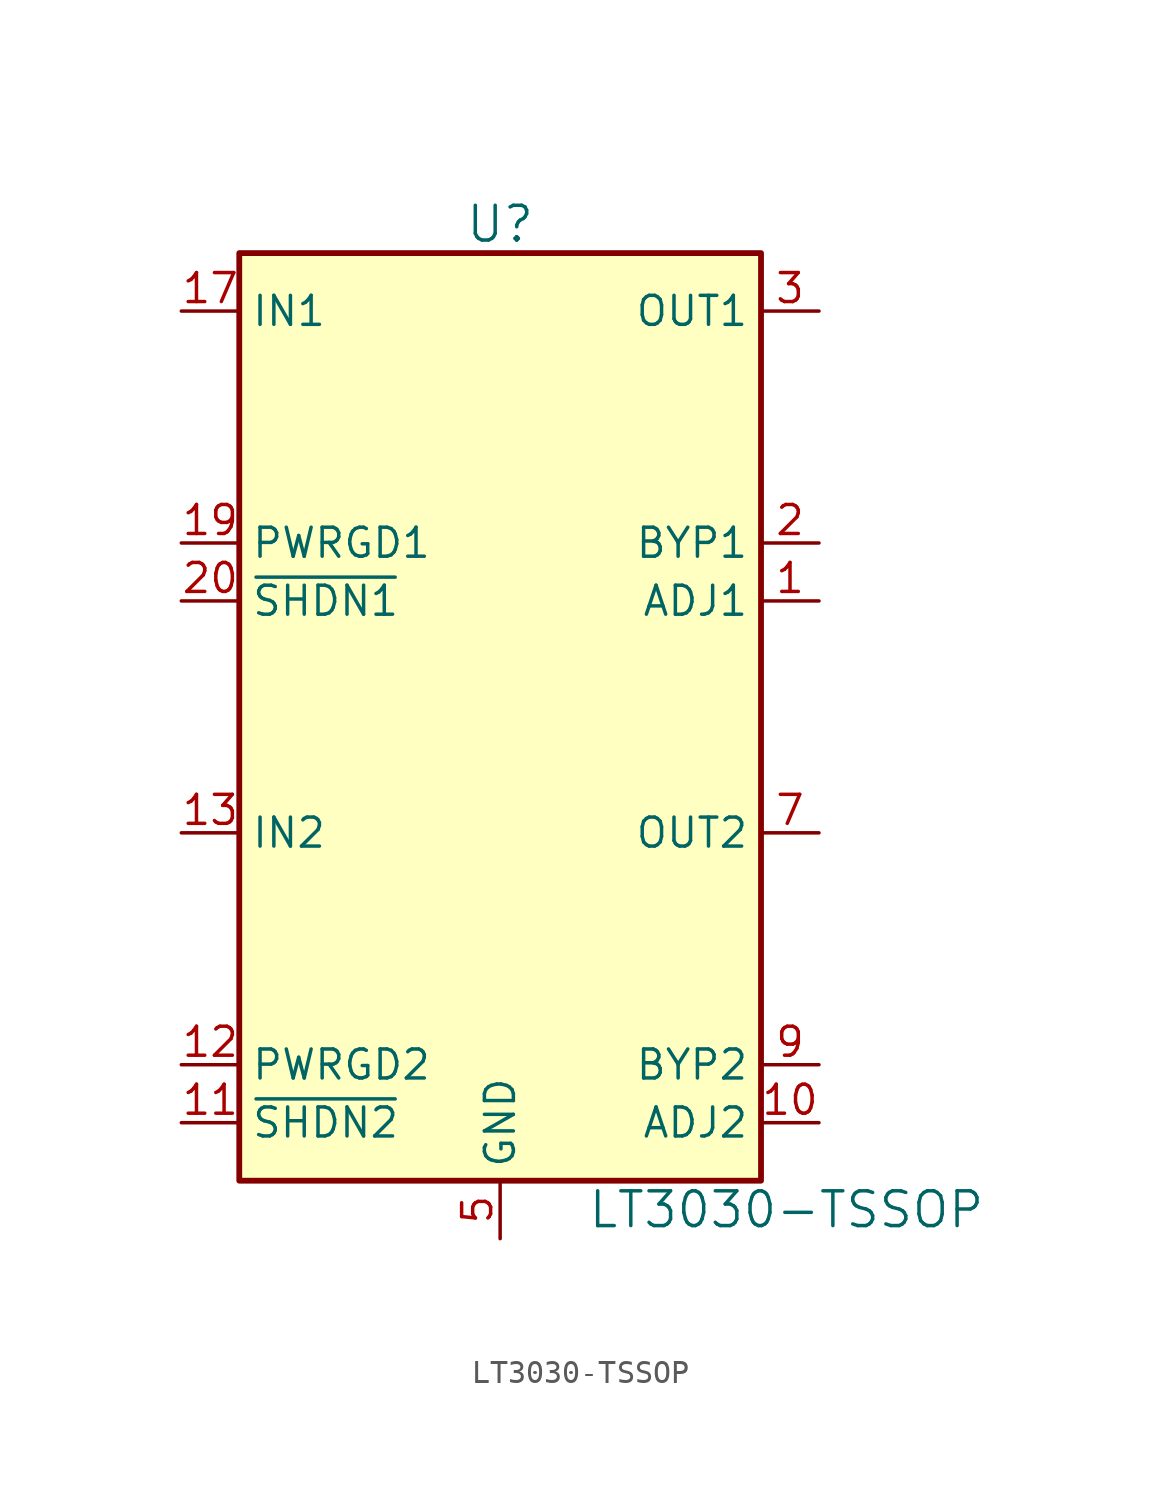
<source format=kicad_sym>
(kicad_symbol_lib
  (version 20231120)
  (generator "kicad_symbol_editor")
  (generator_version "8.0")
  (symbol "LT3030-TSSOP"
    (property "Reference" "U"
      (at 0 21.59 0)
      (effects (font (size 1.524 1.524))))
    (property "Value" "LT3030-TSSOP"
      (at 3.81 -21.59 0)
      (effects (font (size 1.524 1.524)) (justify left)))
    (symbol "LT3030-TSSOP_1_1"
      (rectangle (start -11.43 20.32) (end 11.43 -20.32) (stroke (width 0.254) (type solid)) (fill (type background)))
      (pin input line (at 13.97 5.08 180) (length 2.54) (name "ADJ1" (effects (font (size 1.27 1.27)))) (number "1" (effects (font (size 1.27 1.27)))))
      (pin input line (at 13.97 -17.78 180) (length 2.54) (name "ADJ2" (effects (font (size 1.27 1.27)))) (number "10" (effects (font (size 1.27 1.27)))))
      (pin input line (at -13.97 -17.78 0) (length 2.54) (name "~{SHDN2}" (effects (font (size 1.27 1.27)))) (number "11" (effects (font (size 1.27 1.27)))))
      (pin open_collector line (at -13.97 -15.24 0) (length 2.54) (name "PWRGD2" (effects (font (size 1.27 1.27)))) (number "12" (effects (font (size 1.27 1.27)))))
      (pin power_in line (at -13.97 -5.08 0) (length 2.54) (name "IN2" (effects (font (size 1.27 1.27)))) (number "13" (effects (font (size 1.27 1.27)))))
      (pin passive line (at -13.97 -5.08 0) (length 2.54) hide (name "IN2" (effects (font (size 1.27 1.27)))) (number "14" (effects (font (size 1.27 1.27)))))
      (pin passive line (at 0 -22.86 90) (length 2.54) hide (name "GND" (effects (font (size 1.27 1.27)))) (number "15" (effects (font (size 1.27 1.27)))))
      (pin passive line (at 0 -22.86 90) (length 2.54) hide (name "GND" (effects (font (size 1.27 1.27)))) (number "16" (effects (font (size 1.27 1.27)))))
      (pin power_in line (at -13.97 17.78 0) (length 2.54) (name "IN1" (effects (font (size 1.27 1.27)))) (number "17" (effects (font (size 1.27 1.27)))))
      (pin passive line (at -13.97 17.78 0) (length 2.54) hide (name "IN1" (effects (font (size 1.27 1.27)))) (number "18" (effects (font (size 1.27 1.27)))))
      (pin open_collector line (at -13.97 7.62 0) (length 2.54) (name "PWRGD1" (effects (font (size 1.27 1.27)))) (number "19" (effects (font (size 1.27 1.27)))))
      (pin passive line (at 13.97 7.62 180) (length 2.54) (name "BYP1" (effects (font (size 1.27 1.27)))) (number "2" (effects (font (size 1.27 1.27)))))
      (pin input line (at -13.97 5.08 0) (length 2.54) (name "~{SHDN1}" (effects (font (size 1.27 1.27)))) (number "20" (effects (font (size 1.27 1.27)))))
      (pin passive line (at 0 -22.86 90) (length 2.54) hide (name "GND" (effects (font (size 1.27 1.27)))) (number "21" (effects (font (size 1.27 1.27)))))
      (pin power_out line (at 13.97 17.78 180) (length 2.54) (name "OUT1" (effects (font (size 1.27 1.27)))) (number "3" (effects (font (size 1.27 1.27)))))
      (pin passive line (at 13.97 17.78 180) (length 2.54) hide (name "OUT1" (effects (font (size 1.27 1.27)))) (number "4" (effects (font (size 1.27 1.27)))))
      (pin power_in line (at 0 -22.86 90) (length 2.54) (name "GND" (effects (font (size 1.27 1.27)))) (number "5" (effects (font (size 1.27 1.27)))))
      (pin passive line (at 0 -22.86 90) (length 2.54) hide (name "GND" (effects (font (size 1.27 1.27)))) (number "6" (effects (font (size 1.27 1.27)))))
      (pin power_out line (at 13.97 -5.08 180) (length 2.54) (name "OUT2" (effects (font (size 1.27 1.27)))) (number "7" (effects (font (size 1.27 1.27)))))
      (pin passive line (at 13.97 -5.08 180) (length 2.54) hide (name "OUT2" (effects (font (size 1.27 1.27)))) (number "8" (effects (font (size 1.27 1.27)))))
      (pin passive line (at 13.97 -15.24 180) (length 2.54) (name "BYP2" (effects (font (size 1.27 1.27)))) (number "9" (effects (font (size 1.27 1.27))))))))
</source>
